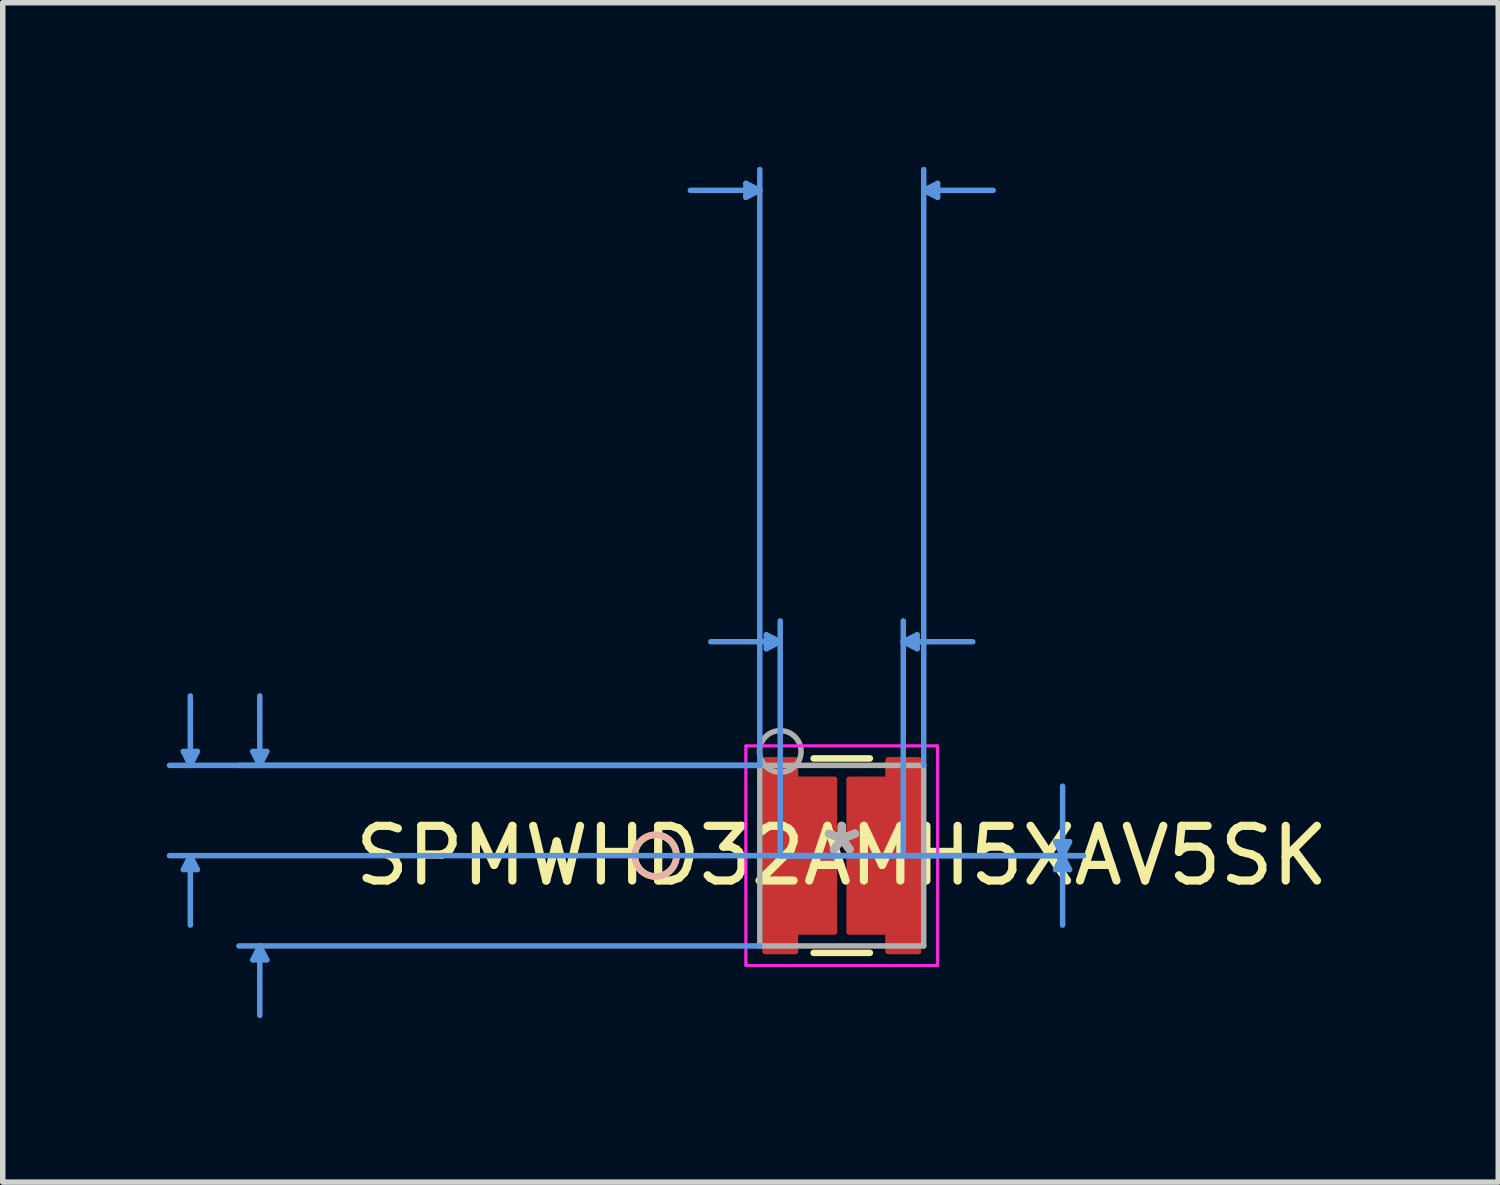
<source format=kicad_pcb>
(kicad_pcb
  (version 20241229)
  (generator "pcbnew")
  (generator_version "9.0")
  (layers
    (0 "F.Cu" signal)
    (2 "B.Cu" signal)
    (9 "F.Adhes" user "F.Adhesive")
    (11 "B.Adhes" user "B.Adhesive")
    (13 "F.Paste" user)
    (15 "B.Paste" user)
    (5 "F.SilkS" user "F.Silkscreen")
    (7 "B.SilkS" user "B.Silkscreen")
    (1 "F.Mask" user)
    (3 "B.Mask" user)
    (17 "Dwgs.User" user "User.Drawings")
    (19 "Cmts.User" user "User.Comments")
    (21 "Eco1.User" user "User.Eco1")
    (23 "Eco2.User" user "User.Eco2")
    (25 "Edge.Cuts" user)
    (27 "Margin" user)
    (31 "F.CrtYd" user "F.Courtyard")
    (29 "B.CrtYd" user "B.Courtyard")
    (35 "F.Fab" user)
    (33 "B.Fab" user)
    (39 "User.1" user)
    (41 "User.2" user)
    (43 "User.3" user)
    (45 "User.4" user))
  (footprint "SPMWHD32AMH5XAV5SK"
    (layer "F.Cu")
    (at 12.344 12.598)
    (property "Reference" "SPMWHD32AMH5XAV5SK" (at 0 0 0) (layer "F.SilkS") (effects (font (size 1 1) (thickness 0.15))))
    (attr through_hole)
    (fp_poly (pts (xy -1.405 -1.753) (xy -0.846 -1.753) (xy -0.846 -1.397) (xy -0.135 -1.397) (xy -0.135 1.397) (xy -0.846 1.397) (xy -0.846 1.753) (xy -1.405 1.753)) (stroke (width 0.1) (type solid)) (fill yes) (layer "F.Cu"))
    (fp_poly (pts (xy 1.405 -1.753) (xy 0.846 -1.753) (xy 0.846 -1.397) (xy 0.135 -1.397) (xy 0.135 1.397) (xy 0.846 1.397) (xy 0.846 1.753) (xy 1.405 1.753)) (stroke (width 0.1) (type solid)) (fill yes) (layer "F.Cu"))
    (fp_poly (pts (xy -1.405 -1.753) (xy -0.846 -1.753) (xy -0.846 -1.397) (xy -0.135 -1.397) (xy -0.135 1.397) (xy -0.846 1.397) (xy -0.846 1.753) (xy -1.405 1.753)) (stroke (width 0.1) (type solid)) (fill yes) (layer "F.Mask"))
    (fp_poly (pts (xy 1.405 -1.753) (xy 0.846 -1.753) (xy 0.846 -1.397) (xy 0.135 -1.397) (xy 0.135 1.397) (xy 0.846 1.397) (xy 0.846 1.753) (xy 1.405 1.753)) (stroke (width 0.1) (type solid)) (fill yes) (layer "F.Mask"))
    (fp_line (start -0.514 1.778) (end 0.514 1.778) (stroke (width 0.12) (type solid)) (layer "F.SilkS"))
    (fp_line (start 0.514 -1.778) (end -0.514 -1.778) (stroke (width 0.12) (type solid)) (layer "F.SilkS"))
    (fp_circle (center -3.404 0) (end -3.023 0) (stroke (width 0.12) (type solid)) (fill no) (layer "F.SilkS"))
    (fp_circle (center -3.404 0) (end -3.023 0) (stroke (width 0.12) (type solid)) (fill no) (layer "B.SilkS"))
    (fp_poly (pts (xy -1.405 -1.753) (xy -0.846 -1.753) (xy -0.846 -1.397) (xy -0.135 -1.397) (xy -0.135 1.397) (xy -0.846 1.397) (xy -0.846 1.753) (xy -1.405 1.753)) (stroke (width 0.1) (type solid)) (fill yes) (layer "F.Paste"))
    (fp_poly (pts (xy 1.405 -1.753) (xy 0.846 -1.753) (xy 0.846 -1.397) (xy 0.135 -1.397) (xy 0.135 1.397) (xy 0.846 1.397) (xy 0.846 1.753) (xy 1.405 1.753)) (stroke (width 0.1) (type solid)) (fill yes) (layer "F.Paste"))
    (fp_line (start -12.04 -1.905) (end -11.786 -1.905) (stroke (width 0.1) (type solid)) (layer "Cmts.User"))
    (fp_line (start -12.04 0.254) (end -11.786 0.254) (stroke (width 0.1) (type solid)) (layer "Cmts.User"))
    (fp_line (start -11.913 -1.651) (end -12.04 -1.905) (stroke (width 0.1) (type solid)) (layer "Cmts.User"))
    (fp_line (start -11.913 -1.651) (end -11.913 -2.921) (stroke (width 0.1) (type solid)) (layer "Cmts.User"))
    (fp_line (start -11.913 -1.651) (end -11.786 -1.905) (stroke (width 0.1) (type solid)) (layer "Cmts.User"))
    (fp_line (start -11.913 0) (end -12.04 0.254) (stroke (width 0.1) (type solid)) (layer "Cmts.User"))
    (fp_line (start -11.913 0) (end -11.913 1.27) (stroke (width 0.1) (type solid)) (layer "Cmts.User"))
    (fp_line (start -11.913 0) (end -11.786 0.254) (stroke (width 0.1) (type solid)) (layer "Cmts.User"))
    (fp_line (start -10.77 -1.905) (end -10.516 -1.905) (stroke (width 0.1) (type solid)) (layer "Cmts.User"))
    (fp_line (start -10.77 1.905) (end -10.516 1.905) (stroke (width 0.1) (type solid)) (layer "Cmts.User"))
    (fp_line (start -10.643 -1.651) (end -10.77 -1.905) (stroke (width 0.1) (type solid)) (layer "Cmts.User"))
    (fp_line (start -10.643 -1.651) (end -10.643 -2.921) (stroke (width 0.1) (type solid)) (layer "Cmts.User"))
    (fp_line (start -10.643 -1.651) (end -10.516 -1.905) (stroke (width 0.1) (type solid)) (layer "Cmts.User"))
    (fp_line (start -10.643 1.651) (end -10.77 1.905) (stroke (width 0.1) (type solid)) (layer "Cmts.User"))
    (fp_line (start -10.643 1.651) (end -10.643 2.921) (stroke (width 0.1) (type solid)) (layer "Cmts.User"))
    (fp_line (start -10.643 1.651) (end -10.516 1.905) (stroke (width 0.1) (type solid)) (layer "Cmts.User"))
    (fp_line (start -1.753 -12.294) (end -1.753 -12.04) (stroke (width 0.1) (type solid)) (layer "Cmts.User"))
    (fp_line (start -1.499 -12.167) (end -2.769 -12.167) (stroke (width 0.1) (type solid)) (layer "Cmts.User"))
    (fp_line (start -1.499 -12.167) (end -1.753 -12.294) (stroke (width 0.1) (type solid)) (layer "Cmts.User"))
    (fp_line (start -1.499 -12.167) (end -1.753 -12.04) (stroke (width 0.1) (type solid)) (layer "Cmts.User"))
    (fp_line (start -1.499 -1.651) (end -12.294 -1.651) (stroke (width 0.1) (type solid)) (layer "Cmts.User"))
    (fp_line (start -1.499 -1.651) (end -11.024 -1.651) (stroke (width 0.1) (type solid)) (layer "Cmts.User"))
    (fp_line (start -1.499 -1.651) (end -1.499 -12.548) (stroke (width 0.1) (type solid)) (layer "Cmts.User"))
    (fp_line (start -1.499 1.651) (end -11.024 1.651) (stroke (width 0.1) (type solid)) (layer "Cmts.User"))
    (fp_line (start -1.379 -4.039) (end -1.379 -3.785) (stroke (width 0.1) (type solid)) (layer "Cmts.User"))
    (fp_line (start -1.125 -3.912) (end -2.395 -3.912) (stroke (width 0.1) (type solid)) (layer "Cmts.User"))
    (fp_line (start -1.125 -3.912) (end -1.379 -4.039) (stroke (width 0.1) (type solid)) (layer "Cmts.User"))
    (fp_line (start -1.125 -3.912) (end -1.379 -3.785) (stroke (width 0.1) (type solid)) (layer "Cmts.User"))
    (fp_line (start -1.125 0) (end -1.125 -4.293) (stroke (width 0.1) (type solid)) (layer "Cmts.User"))
    (fp_line (start -1.125 0) (end 4.42 0) (stroke (width 0.1) (type solid)) (layer "Cmts.User"))
    (fp_line (start -1.125 0) (end 4.42 0) (stroke (width 0.1) (type solid)) (layer "Cmts.User"))
    (fp_line (start 0 0) (end -12.294 0) (stroke (width 0.1) (type solid)) (layer "Cmts.User"))
    (fp_line (start 1.125 -3.912) (end 1.379 -4.039) (stroke (width 0.1) (type solid)) (layer "Cmts.User"))
    (fp_line (start 1.125 -3.912) (end 1.379 -3.785) (stroke (width 0.1) (type solid)) (layer "Cmts.User"))
    (fp_line (start 1.125 -3.912) (end 2.395 -3.912) (stroke (width 0.1) (type solid)) (layer "Cmts.User"))
    (fp_line (start 1.125 0) (end 1.125 -4.293) (stroke (width 0.1) (type solid)) (layer "Cmts.User"))
    (fp_line (start 1.379 -4.039) (end 1.379 -3.785) (stroke (width 0.1) (type solid)) (layer "Cmts.User"))
    (fp_line (start 1.499 -12.167) (end 1.753 -12.294) (stroke (width 0.1) (type solid)) (layer "Cmts.User"))
    (fp_line (start 1.499 -12.167) (end 1.753 -12.04) (stroke (width 0.1) (type solid)) (layer "Cmts.User"))
    (fp_line (start 1.499 -12.167) (end 2.769 -12.167) (stroke (width 0.1) (type solid)) (layer "Cmts.User"))
    (fp_line (start 1.499 -1.651) (end 1.499 -12.548) (stroke (width 0.1) (type solid)) (layer "Cmts.User"))
    (fp_line (start 1.753 -12.294) (end 1.753 -12.04) (stroke (width 0.1) (type solid)) (layer "Cmts.User"))
    (fp_line (start 3.912 -0.254) (end 4.166 -0.254) (stroke (width 0.1) (type solid)) (layer "Cmts.User"))
    (fp_line (start 3.912 0.254) (end 4.166 0.254) (stroke (width 0.1) (type solid)) (layer "Cmts.User"))
    (fp_line (start 4.039 0) (end 3.912 -0.254) (stroke (width 0.1) (type solid)) (layer "Cmts.User"))
    (fp_line (start 4.039 0) (end 3.912 0.254) (stroke (width 0.1) (type solid)) (layer "Cmts.User"))
    (fp_line (start 4.039 0) (end 4.039 -1.27) (stroke (width 0.1) (type solid)) (layer "Cmts.User"))
    (fp_line (start 4.039 0) (end 4.039 1.27) (stroke (width 0.1) (type solid)) (layer "Cmts.User"))
    (fp_line (start 4.039 0) (end 4.166 -0.254) (stroke (width 0.1) (type solid)) (layer "Cmts.User"))
    (fp_line (start 4.039 0) (end 4.166 0.254) (stroke (width 0.1) (type solid)) (layer "Cmts.User"))
    (fp_line (start -1.753 -2.007) (end -1.753 2.007) (stroke (width 0.05) (type solid)) (layer "F.CrtYd"))
    (fp_line (start -1.753 -2.007) (end -1.753 2.007) (stroke (width 0.05) (type solid)) (layer "F.CrtYd"))
    (fp_line (start -1.753 2.007) (end 1.753 2.007) (stroke (width 0.05) (type solid)) (layer "F.CrtYd"))
    (fp_line (start -1.753 2.007) (end 1.753 2.007) (stroke (width 0.05) (type solid)) (layer "F.CrtYd"))
    (fp_line (start 1.753 -2.007) (end -1.753 -2.007) (stroke (width 0.05) (type solid)) (layer "F.CrtYd"))
    (fp_line (start 1.753 -2.007) (end -1.753 -2.007) (stroke (width 0.05) (type solid)) (layer "F.CrtYd"))
    (fp_line (start 1.753 2.007) (end 1.753 -2.007) (stroke (width 0.05) (type solid)) (layer "F.CrtYd"))
    (fp_line (start 1.753 2.007) (end 1.753 -2.007) (stroke (width 0.05) (type solid)) (layer "F.CrtYd"))
    (fp_line (start -1.499 -1.651) (end -1.499 1.651) (stroke (width 0.1) (type solid)) (layer "F.Fab"))
    (fp_line (start -1.499 1.651) (end 1.499 1.651) (stroke (width 0.1) (type solid)) (layer "F.Fab"))
    (fp_line (start 1.499 -1.651) (end -1.499 -1.651) (stroke (width 0.1) (type solid)) (layer "F.Fab"))
    (fp_line (start 1.499 1.651) (end 1.499 -1.651) (stroke (width 0.1) (type solid)) (layer "F.Fab"))
    (fp_circle (center -1.125 -1.905) (end -0.744 -1.905) (stroke (width 0.1) (type solid)) (fill no) (layer "F.Fab"))
    (fp_text user "*" (at 0 0 0) (layer "F.SilkS") (effects (font (size 1 1) (thickness 0.15))))
    (fp_text user "Copyright 2021 Accelerated Designs. All rights reserved." (at 0 0 0) (layer "Cmts.User") (effects (font (size 0.127 0.127) (thickness 0.002))))
    (fp_text user "*" (at 0 0 0) (layer "F.Fab") (effects (font (size 1 1) (thickness 0.15))))
    (pad "1" smd rect (at -1.125 0) (size 0.559 3.505) (layers "F.Cu" "F.Mask" "F.Paste"))
    (pad "2" smd rect (at 1.125 0) (size 0.559 3.505) (layers "F.Cu" "F.Mask" "F.Paste")))
  (gr_rect
    (start -3 -3)
    (end 24.35 18.569)
    (stroke (width 0.1) (type default))
    (fill no)
    (layer "Edge.Cuts")))
</source>
